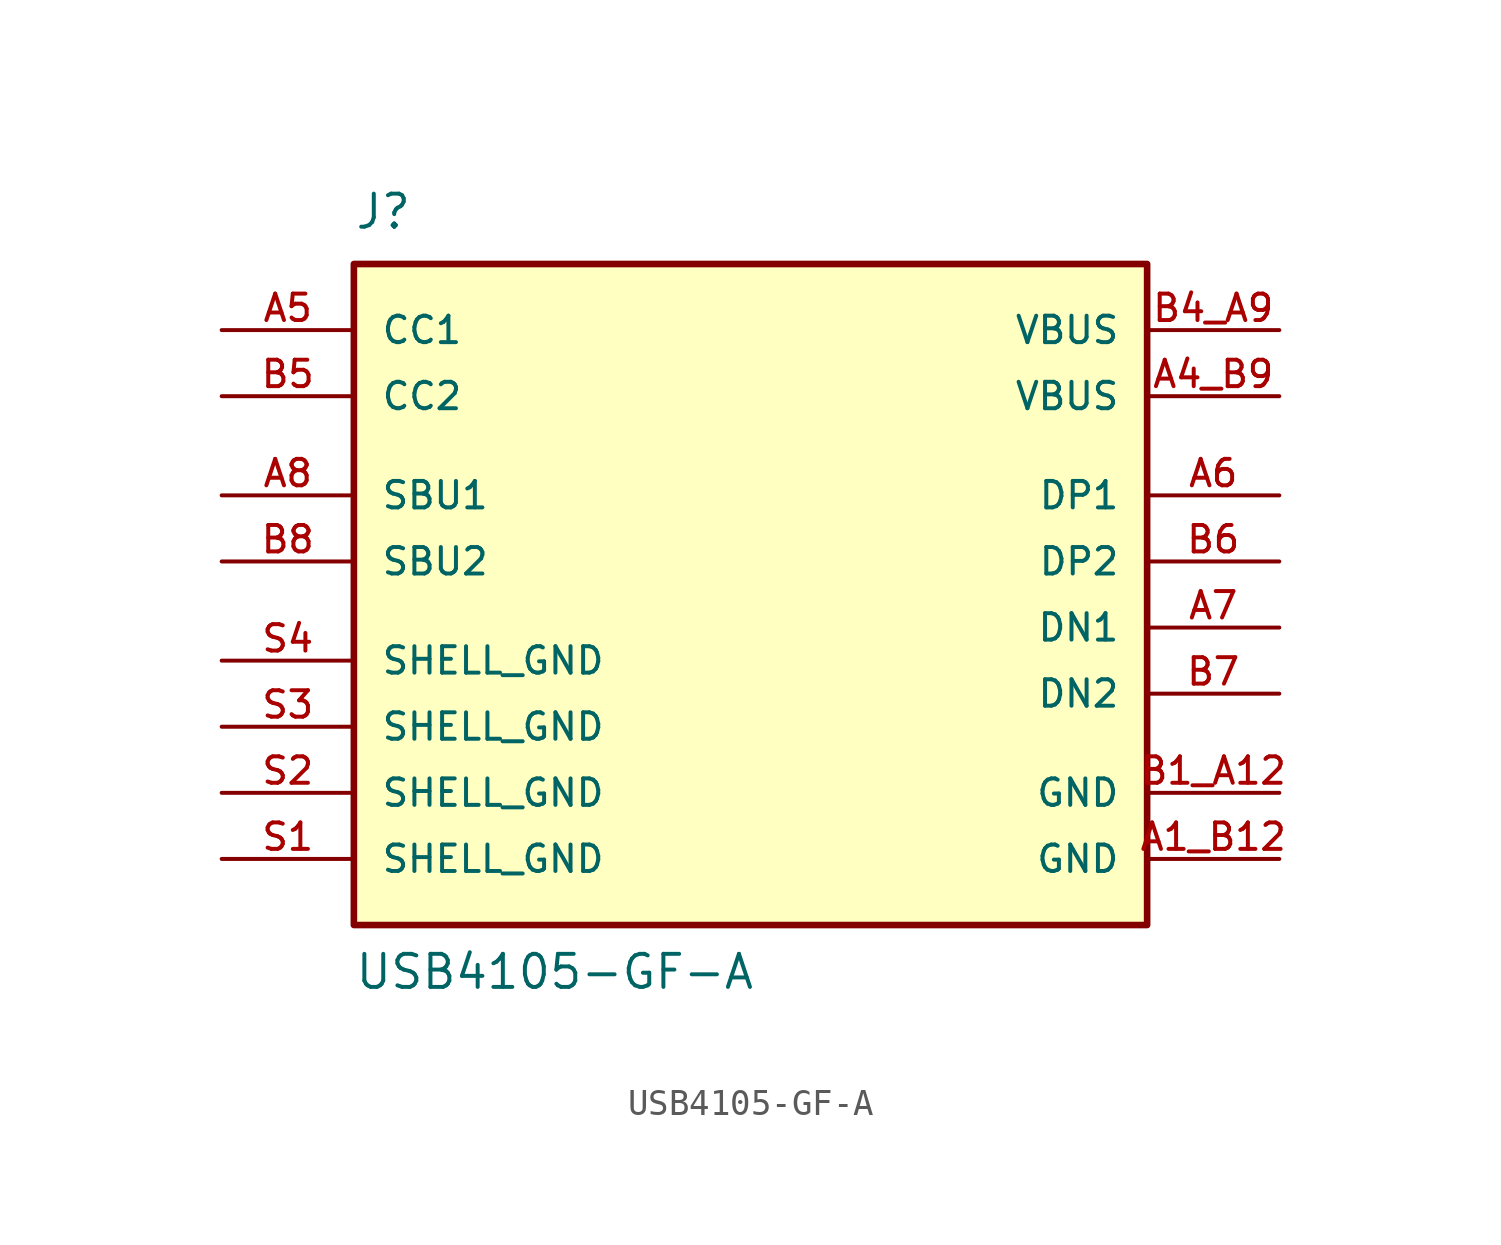
<source format=kicad_sym>
(kicad_symbol_lib
  (version 20211014)
  (generator kicad_symbol_editor)
  (symbol "USB4105-GF-A"
    (pin_names
      (offset 1.016))
    (property "Reference" "J"
      (at -15.24 13.97 0)
      (effects (font (size 1.27 1.27)) (justify left bottom)))
    (property "Value" "USB4105-GF-A"
      (at -15.24 -15.24 0)
      (effects (font (size 1.27 1.27)) (justify left bottom)))
    (symbol "USB4105-GF-A_0_0"
      (rectangle (start -15.24 -12.7) (end 15.24 12.7) (stroke (width 0.254) (type default) (color 0 0 0 0)) (fill (type background)))
      (pin power_in line (at 20.32 -10.16 180) (length 5.08) (name "GND" (effects (font (size 1.016 1.016)))) (number "A1_B12" (effects (font (size 1.016 1.016)))))
      (pin power_in line (at 20.32 7.62 180) (length 5.08) (name "VBUS" (effects (font (size 1.016 1.016)))) (number "A4_B9" (effects (font (size 1.016 1.016)))))
      (pin bidirectional line (at -20.32 10.16 0) (length 5.08) (name "CC1" (effects (font (size 1.016 1.016)))) (number "A5" (effects (font (size 1.016 1.016)))))
      (pin bidirectional line (at 20.32 3.81 180) (length 5.08) (name "DP1" (effects (font (size 1.016 1.016)))) (number "A6" (effects (font (size 1.016 1.016)))))
      (pin bidirectional line (at 20.32 -1.27 180) (length 5.08) (name "DN1" (effects (font (size 1.016 1.016)))) (number "A7" (effects (font (size 1.016 1.016)))))
      (pin bidirectional line (at -20.32 3.81 0) (length 5.08) (name "SBU1" (effects (font (size 1.016 1.016)))) (number "A8" (effects (font (size 1.016 1.016)))))
      (pin power_in line (at 20.32 -7.62 180) (length 5.08) (name "GND" (effects (font (size 1.016 1.016)))) (number "B1_A12" (effects (font (size 1.016 1.016)))))
      (pin power_in line (at 20.32 10.16 180) (length 5.08) (name "VBUS" (effects (font (size 1.016 1.016)))) (number "B4_A9" (effects (font (size 1.016 1.016)))))
      (pin bidirectional line (at -20.32 7.62 0) (length 5.08) (name "CC2" (effects (font (size 1.016 1.016)))) (number "B5" (effects (font (size 1.016 1.016)))))
      (pin bidirectional line (at 20.32 1.27 180) (length 5.08) (name "DP2" (effects (font (size 1.016 1.016)))) (number "B6" (effects (font (size 1.016 1.016)))))
      (pin bidirectional line (at 20.32 -3.81 180) (length 5.08) (name "DN2" (effects (font (size 1.016 1.016)))) (number "B7" (effects (font (size 1.016 1.016)))))
      (pin bidirectional line (at -20.32 1.27 0) (length 5.08) (name "SBU2" (effects (font (size 1.016 1.016)))) (number "B8" (effects (font (size 1.016 1.016)))))
      (pin power_in line (at -20.32 -10.16 0) (length 5.08) (name "SHELL_GND" (effects (font (size 1.016 1.016)))) (number "S1" (effects (font (size 1.016 1.016)))))
      (pin power_in line (at -20.32 -7.62 0) (length 5.08) (name "SHELL_GND" (effects (font (size 1.016 1.016)))) (number "S2" (effects (font (size 1.016 1.016)))))
      (pin power_in line (at -20.32 -5.08 0) (length 5.08) (name "SHELL_GND" (effects (font (size 1.016 1.016)))) (number "S3" (effects (font (size 1.016 1.016)))))
      (pin power_in line (at -20.32 -2.54 0) (length 5.08) (name "SHELL_GND" (effects (font (size 1.016 1.016)))) (number "S4" (effects (font (size 1.016 1.016))))))))
</source>
